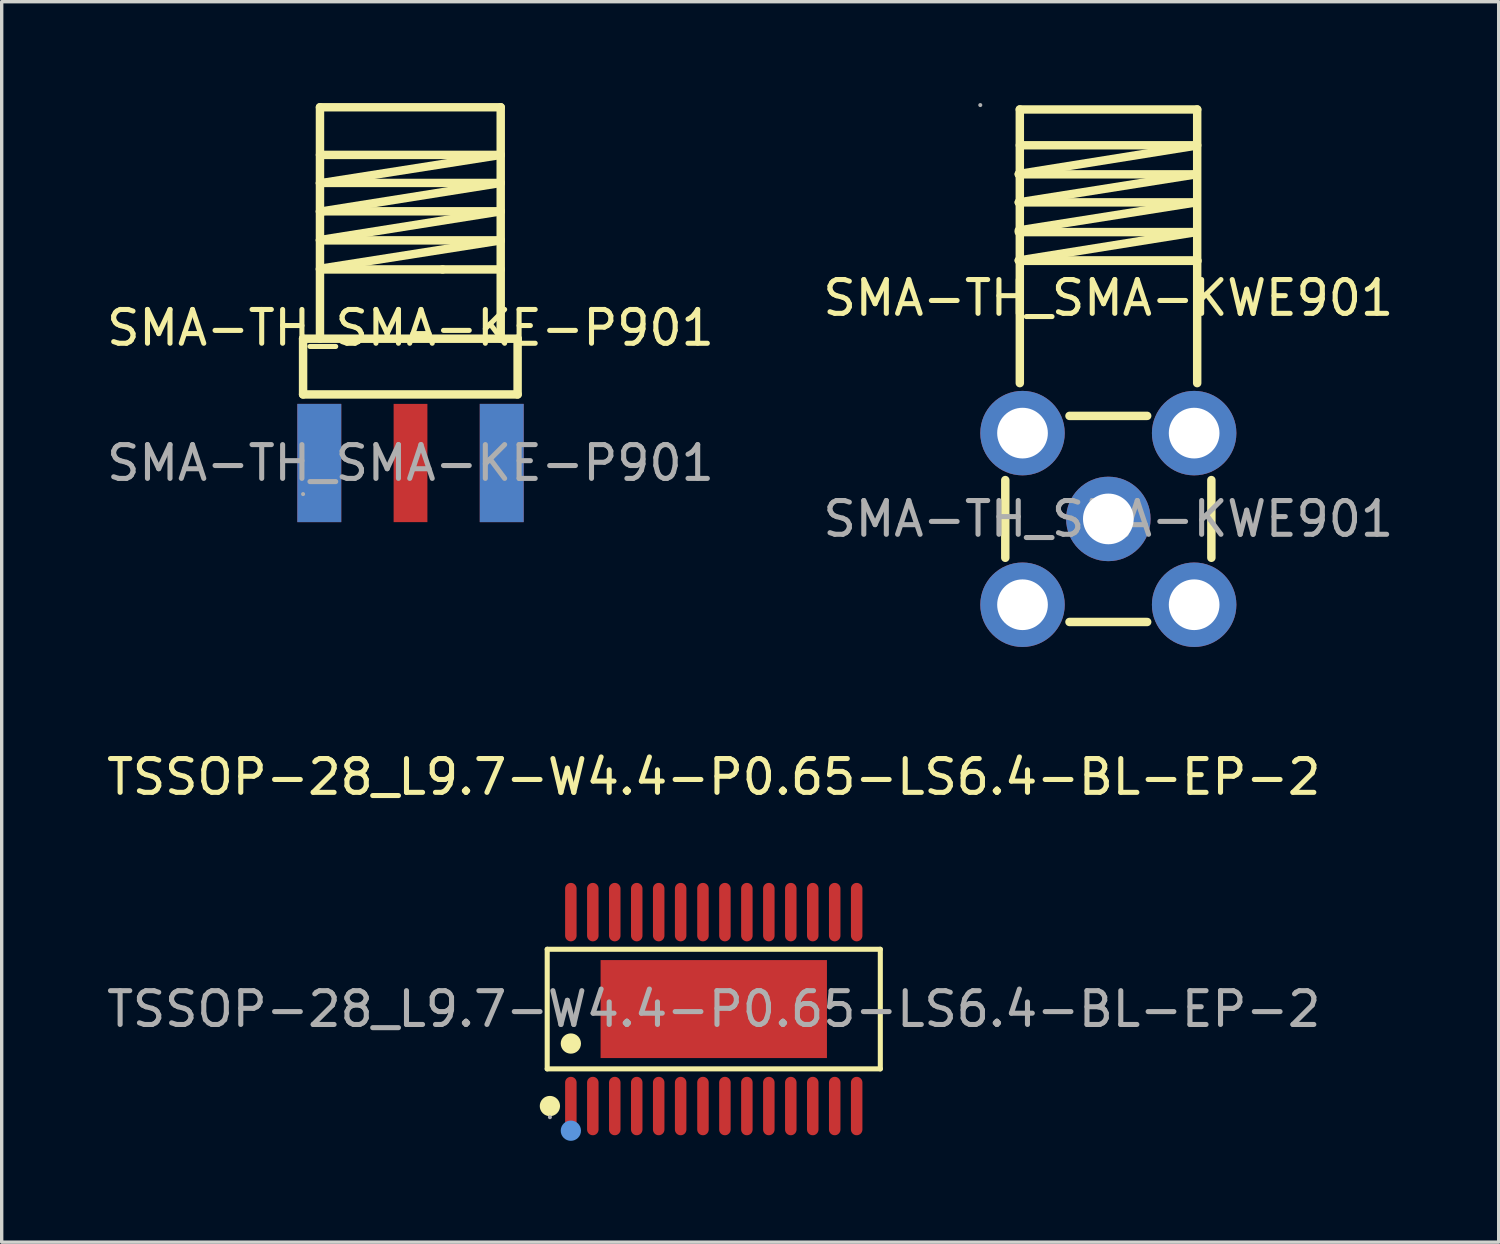
<source format=kicad_pcb>
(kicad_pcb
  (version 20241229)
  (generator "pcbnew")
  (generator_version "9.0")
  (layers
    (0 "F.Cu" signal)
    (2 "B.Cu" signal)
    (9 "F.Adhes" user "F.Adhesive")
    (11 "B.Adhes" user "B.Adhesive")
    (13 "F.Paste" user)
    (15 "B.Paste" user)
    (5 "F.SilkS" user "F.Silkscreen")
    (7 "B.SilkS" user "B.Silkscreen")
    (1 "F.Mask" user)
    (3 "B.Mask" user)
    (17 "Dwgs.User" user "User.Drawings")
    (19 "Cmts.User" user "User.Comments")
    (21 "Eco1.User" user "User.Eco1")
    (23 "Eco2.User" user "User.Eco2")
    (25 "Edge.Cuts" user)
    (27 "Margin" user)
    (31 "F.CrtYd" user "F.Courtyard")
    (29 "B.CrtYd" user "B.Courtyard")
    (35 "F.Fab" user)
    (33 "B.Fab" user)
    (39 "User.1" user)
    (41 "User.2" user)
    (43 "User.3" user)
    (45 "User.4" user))
  (footprint "SMA-TH_SMA-KWE901"
    (layer "F.Cu")
    (at 29.756 12.31)
    (property "Reference" "SMA-TH_SMA-KWE901" (at 0 -6.54 0) (layer "F.SilkS") (effects (font (size 1 1) (thickness 0.15))))
    (attr through_hole)
    (fp_line (start -3.05 -1.15) (end -3.05 1.15) (stroke (width 0.25) (type solid)) (layer "F.SilkS"))
    (fp_line (start -2.65 -10.21) (end 2.6 -11.05) (stroke (width 0.25) (type solid)) (layer "F.SilkS"))
    (fp_line (start -2.65 -9.37) (end 2.6 -10.2) (stroke (width 0.25) (type solid)) (layer "F.SilkS"))
    (fp_line (start -2.65 -8.54) (end 2.6 -9.37) (stroke (width 0.25) (type solid)) (layer "F.SilkS"))
    (fp_line (start -2.65 -7.65) (end 2.6 -8.49) (stroke (width 0.25) (type solid)) (layer "F.SilkS"))
    (fp_line (start -2.65 -7.65) (end 2.6 -7.65) (stroke (width 0.25) (type solid)) (layer "F.SilkS"))
    (fp_line (start -2.62 -12.12) (end 2.63 -12.12) (stroke (width 0.25) (type solid)) (layer "F.SilkS"))
    (fp_line (start -2.62 -4.02) (end -2.62 -12.12) (stroke (width 0.25) (type solid)) (layer "F.SilkS"))
    (fp_line (start -2.61 -7.64) (end 2.64 -7.64) (stroke (width 0.25) (type solid)) (layer "F.SilkS"))
    (fp_line (start -1.15 3.05) (end 1.15 3.05) (stroke (width 0.25) (type solid)) (layer "F.SilkS"))
    (fp_line (start 1.15 -3.05) (end -1.15 -3.05) (stroke (width 0.25) (type solid)) (layer "F.SilkS"))
    (fp_line (start 2.6 -10.2) (end -2.65 -10.2) (stroke (width 0.25) (type solid)) (layer "F.SilkS"))
    (fp_line (start 2.6 -9.37) (end -2.65 -9.37) (stroke (width 0.25) (type solid)) (layer "F.SilkS"))
    (fp_line (start 2.6 -8.49) (end -2.65 -8.49) (stroke (width 0.25) (type solid)) (layer "F.SilkS"))
    (fp_line (start 2.63 -11.06) (end -2.62 -11.06) (stroke (width 0.25) (type solid)) (layer "F.SilkS"))
    (fp_line (start 2.63 -4.02) (end 2.63 -12.12) (stroke (width 0.25) (type solid)) (layer "F.SilkS"))
    (fp_line (start 3.05 1.15) (end 3.05 -1.15) (stroke (width 0.25) (type solid)) (layer "F.SilkS"))
    (fp_circle (center -3.79 -12.25) (end -3.76 -12.25) (stroke (width 0.06) (type solid)) (fill no) (layer "F.Fab"))
    (fp_circle (center -2.54 -2.54) (end -2.21 -2.54) (stroke (width 0.65) (type solid)) (fill no) (layer "F.Fab"))
    (fp_circle (center -2.54 2.54) (end -2.21 2.54) (stroke (width 0.65) (type solid)) (fill no) (layer "F.Fab"))
    (fp_circle (center 0 0) (end 0.33 0) (stroke (width 0.65) (type solid)) (fill no) (layer "F.Fab"))
    (fp_circle (center 2.54 -2.54) (end 2.87 -2.54) (stroke (width 0.65) (type solid)) (fill no) (layer "F.Fab"))
    (fp_circle (center 2.54 2.54) (end 2.87 2.54) (stroke (width 0.65) (type solid)) (fill no) (layer "F.Fab"))
    (fp_text user "${REFERENCE}" (at 0 0 0) (layer "F.Fab") (effects (font (size 1 1) (thickness 0.15))))
    (pad "1" thru_hole circle (at -2.54 -2.54) (size 2.5 2.5) (drill 1.5) (layers "*.Cu" "*.Mask"))
    (pad "2" thru_hole circle (at 2.54 -2.54) (size 2.5 2.5) (drill 1.5) (layers "*.Cu" "*.Mask"))
    (pad "3" thru_hole circle (at 2.54 2.54) (size 2.5 2.5) (drill 1.5) (layers "*.Cu" "*.Mask"))
    (pad "4" thru_hole circle (at -2.54 2.54) (size 2.5 2.5) (drill 1.5) (layers "*.Cu" "*.Mask"))
    (pad "5" thru_hole circle (at 0 0) (size 2.5 2.5) (drill 1.5) (layers "*.Cu" "*.Mask")))
  (footprint "TSSOP-28_L9.7-W4.4-P0.65-LS6.4-BL-EP-2"
    (layer "F.Cu")
    (at 18.077 26.818)
    (property "Reference" "TSSOP-28_L9.7-W4.4-P0.65-LS6.4-BL-EP-2" (at 0 -6.87 0) (layer "F.SilkS") (effects (font (size 1 1) (thickness 0.15))))
    (attr smd)
    (fp_line (start -4.93 -1.77) (end 4.93 -1.77) (stroke (width 0.15) (type solid)) (layer "F.SilkS"))
    (fp_line (start -4.93 1.77) (end -4.93 -1.77) (stroke (width 0.15) (type solid)) (layer "F.SilkS"))
    (fp_line (start 4.93 -1.77) (end 4.93 1.77) (stroke (width 0.15) (type solid)) (layer "F.SilkS"))
    (fp_line (start 4.93 1.77) (end -4.93 1.77) (stroke (width 0.15) (type solid)) (layer "F.SilkS"))
    (fp_circle (center -4.85 2.87) (end -4.7 2.87) (stroke (width 0.3) (type solid)) (fill no) (layer "F.SilkS"))
    (fp_circle (center -4.23 1.02) (end -4.08 1.02) (stroke (width 0.3) (type solid)) (fill no) (layer "F.SilkS"))
    (fp_circle (center -4.23 3.6) (end -4.08 3.6) (stroke (width 0.3) (type solid)) (fill no) (layer "Cmts.User"))
    (fp_circle (center -4.85 3.2) (end -4.82 3.2) (stroke (width 0.06) (type solid)) (fill no) (layer "F.Fab"))
    (fp_text user "${REFERENCE}" (at 0 0 0) (layer "F.Fab") (effects (font (size 1 1) (thickness 0.15))))
    (pad "1" smd oval (at -4.23 2.87) (size 0.34 1.73) (layers "F.Cu" "F.Mask" "F.Paste"))
    (pad "2" smd oval (at -3.58 2.87) (size 0.34 1.73) (layers "F.Cu" "F.Mask" "F.Paste"))
    (pad "3" smd oval (at -2.93 2.87) (size 0.34 1.73) (layers "F.Cu" "F.Mask" "F.Paste"))
    (pad "4" smd oval (at -2.28 2.87) (size 0.34 1.73) (layers "F.Cu" "F.Mask" "F.Paste"))
    (pad "5" smd oval (at -1.63 2.87) (size 0.34 1.73) (layers "F.Cu" "F.Mask" "F.Paste"))
    (pad "6" smd oval (at -0.98 2.87) (size 0.34 1.73) (layers "F.Cu" "F.Mask" "F.Paste"))
    (pad "7" smd oval (at -0.32 2.87) (size 0.34 1.73) (layers "F.Cu" "F.Mask" "F.Paste"))
    (pad "8" smd oval (at 0.33 2.87) (size 0.34 1.73) (layers "F.Cu" "F.Mask" "F.Paste"))
    (pad "9" smd oval (at 0.98 2.87) (size 0.34 1.73) (layers "F.Cu" "F.Mask" "F.Paste"))
    (pad "10" smd oval (at 1.63 2.87) (size 0.34 1.73) (layers "F.Cu" "F.Mask" "F.Paste"))
    (pad "11" smd oval (at 2.28 2.87) (size 0.34 1.73) (layers "F.Cu" "F.Mask" "F.Paste"))
    (pad "12" smd oval (at 2.93 2.87) (size 0.34 1.73) (layers "F.Cu" "F.Mask" "F.Paste"))
    (pad "13" smd oval (at 3.58 2.87) (size 0.34 1.73) (layers "F.Cu" "F.Mask" "F.Paste"))
    (pad "14" smd oval (at 4.23 2.87) (size 0.34 1.73) (layers "F.Cu" "F.Mask" "F.Paste"))
    (pad "15" smd oval (at 4.23 -2.87) (size 0.34 1.73) (layers "F.Cu" "F.Mask" "F.Paste"))
    (pad "16" smd oval (at 3.58 -2.87) (size 0.34 1.73) (layers "F.Cu" "F.Mask" "F.Paste"))
    (pad "17" smd oval (at 2.93 -2.87) (size 0.34 1.73) (layers "F.Cu" "F.Mask" "F.Paste"))
    (pad "18" smd oval (at 2.28 -2.87) (size 0.34 1.73) (layers "F.Cu" "F.Mask" "F.Paste"))
    (pad "19" smd oval (at 1.63 -2.87) (size 0.34 1.73) (layers "F.Cu" "F.Mask" "F.Paste"))
    (pad "20" smd oval (at 0.98 -2.87) (size 0.34 1.73) (layers "F.Cu" "F.Mask" "F.Paste"))
    (pad "21" smd oval (at 0.33 -2.87) (size 0.34 1.73) (layers "F.Cu" "F.Mask" "F.Paste"))
    (pad "22" smd oval (at -0.32 -2.87) (size 0.34 1.73) (layers "F.Cu" "F.Mask" "F.Paste"))
    (pad "23" smd oval (at -0.98 -2.87) (size 0.34 1.73) (layers "F.Cu" "F.Mask" "F.Paste"))
    (pad "24" smd oval (at -1.63 -2.87) (size 0.34 1.73) (layers "F.Cu" "F.Mask" "F.Paste"))
    (pad "25" smd oval (at -2.28 -2.87) (size 0.34 1.73) (layers "F.Cu" "F.Mask" "F.Paste"))
    (pad "26" smd oval (at -2.93 -2.87) (size 0.34 1.73) (layers "F.Cu" "F.Mask" "F.Paste"))
    (pad "27" smd oval (at -3.58 -2.87) (size 0.34 1.73) (layers "F.Cu" "F.Mask" "F.Paste"))
    (pad "28" smd oval (at -4.23 -2.87) (size 0.34 1.73) (layers "F.Cu" "F.Mask" "F.Paste"))
    (pad "29" smd rect (at 0 0) (size 6.7 2.9) (layers "F.Cu" "F.Mask" "F.Paste")))
  (footprint "SMA-TH_SMA-KE-P901"
    (layer "F.Cu")
    (at 9.101 10.655)
    (property "Reference" "SMA-TH_SMA-KE-P901" (at 0 -4 0) (layer "F.SilkS") (effects (font (size 1 1) (thickness 0.15))))
    (attr through_hole)
    (fp_line (start -3.18 -3.68) (end 3.17 -3.68) (stroke (width 0.25) (type solid)) (layer "F.SilkS"))
    (fp_line (start -3.18 -2.03) (end -3.18 -3.68) (stroke (width 0.25) (type solid)) (layer "F.SilkS"))
    (fp_line (start -3.18 -2.03) (end 3.17 -2.03) (stroke (width 0.25) (type solid)) (layer "F.SilkS"))
    (fp_line (start -2.68 -10.53) (end -2.68 -3.68) (stroke (width 0.25) (type solid)) (layer "F.SilkS"))
    (fp_line (start -2.68 -8.28) (end 2.67 -9.12) (stroke (width 0.25) (type solid)) (layer "F.SilkS"))
    (fp_line (start -2.68 -7.44) (end 2.67 -8.29) (stroke (width 0.25) (type solid)) (layer "F.SilkS"))
    (fp_line (start -2.68 -6.6) (end 2.67 -7.45) (stroke (width 0.25) (type solid)) (layer "F.SilkS"))
    (fp_line (start -2.68 -5.75) (end 2.67 -6.59) (stroke (width 0.25) (type solid)) (layer "F.SilkS"))
    (fp_line (start 0.95 -5.73) (end -2.68 -5.73) (stroke (width 0.25) (type solid)) (layer "F.SilkS"))
    (fp_line (start 0.95 -5.73) (end 2.67 -5.73) (stroke (width 0.25) (type solid)) (layer "F.SilkS"))
    (fp_line (start 2.67 -10.53) (end -2.68 -10.53) (stroke (width 0.25) (type solid)) (layer "F.SilkS"))
    (fp_line (start 2.67 -10.53) (end 2.67 -3.68) (stroke (width 0.25) (type solid)) (layer "F.SilkS"))
    (fp_line (start 2.67 -9.12) (end -2.68 -9.12) (stroke (width 0.25) (type solid)) (layer "F.SilkS"))
    (fp_line (start 2.67 -8.29) (end -2.68 -8.29) (stroke (width 0.25) (type solid)) (layer "F.SilkS"))
    (fp_line (start 2.67 -7.45) (end -2.68 -7.45) (stroke (width 0.25) (type solid)) (layer "F.SilkS"))
    (fp_line (start 2.67 -6.59) (end -2.68 -6.59) (stroke (width 0.25) (type solid)) (layer "F.SilkS"))
    (fp_line (start 3.17 -3.68) (end 3.17 -2.03) (stroke (width 0.25) (type solid)) (layer "F.SilkS"))
    (fp_circle (center -3.18 0.92) (end -3.15 0.92) (stroke (width 0.06) (type solid)) (fill no) (layer "F.Fab"))
    (fp_text user "${REFERENCE}" (at 0 0 0) (layer "F.Fab") (effects (font (size 1 1) (thickness 0.15))))
    (pad "1" smd rect (at -2.7 0) (size 1.3 3.5) (layers "F.Cu" "F.Mask" "F.Paste"))
    (pad "2" smd rect (at 2.7 0) (size 1.3 3.5) (layers "F.Cu" "F.Mask" "F.Paste"))
    (pad "3" smd rect (at -2.7 0) (size 1.3 3.5) (layers "B.Cu" "B.Mask" "B.Paste"))
    (pad "4" smd rect (at 2.7 0) (size 1.3 3.5) (layers "B.Cu" "B.Mask" "B.Paste"))
    (pad "5" smd rect (at 0 0) (size 1 3.5) (layers "F.Cu" "F.Mask" "F.Paste")))
  (gr_rect
    (start -3 -3)
    (end 41.31 33.718)
    (stroke (width 0.1) (type default))
    (fill no)
    (layer "Edge.Cuts")))
</source>
